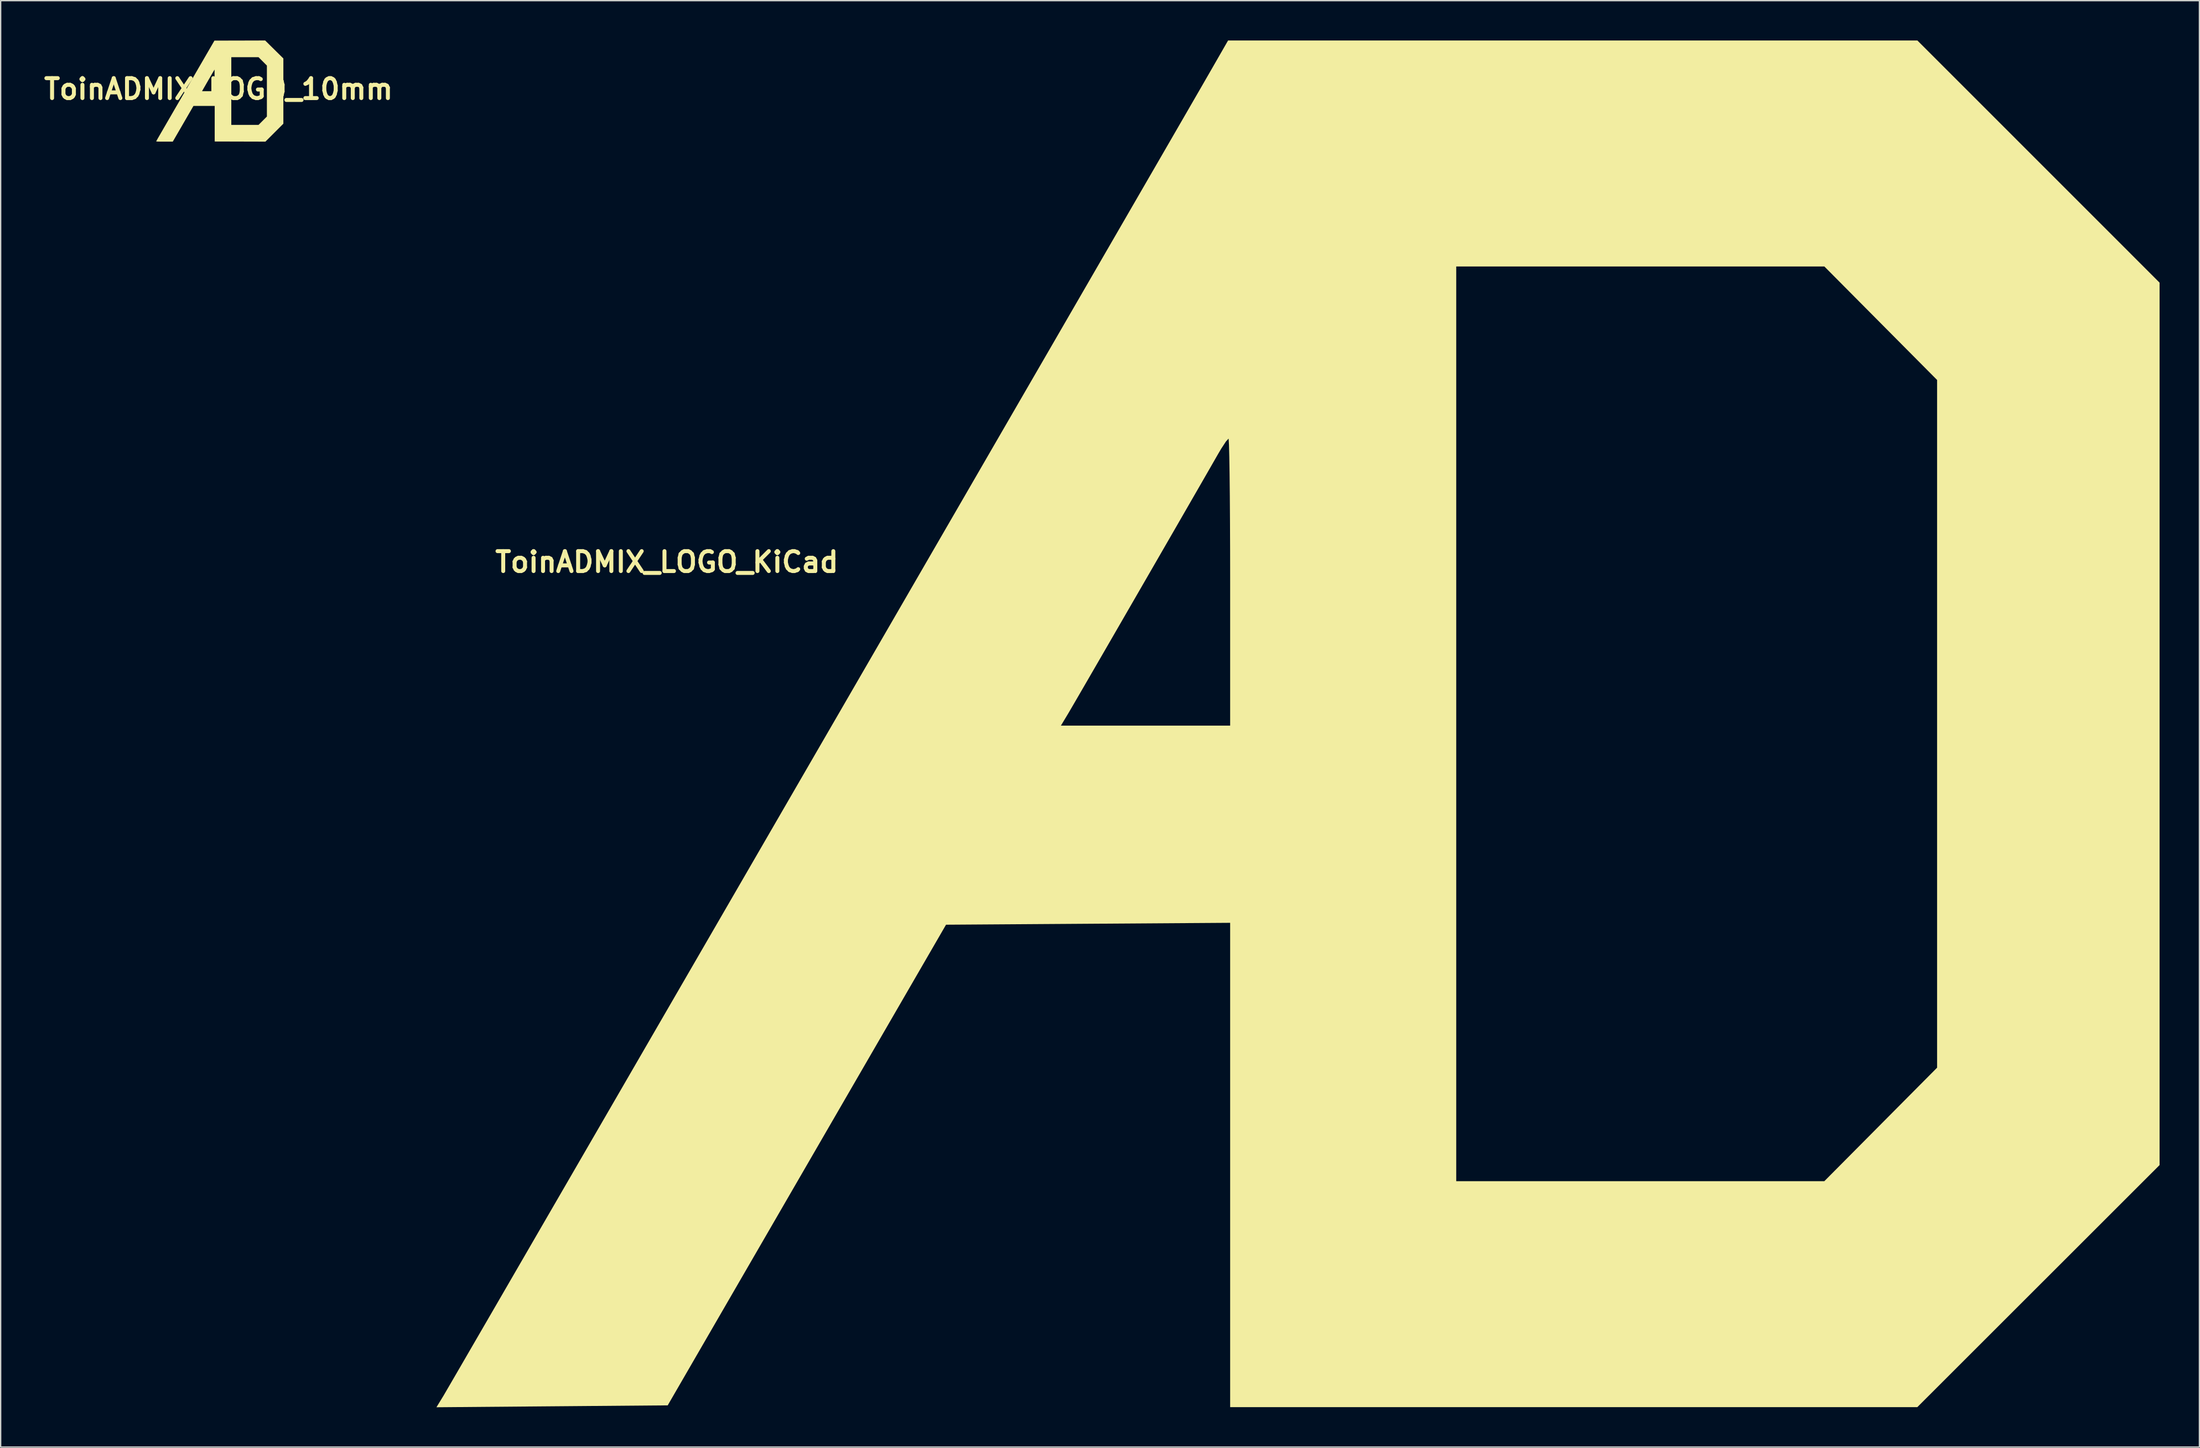
<source format=kicad_pcb>
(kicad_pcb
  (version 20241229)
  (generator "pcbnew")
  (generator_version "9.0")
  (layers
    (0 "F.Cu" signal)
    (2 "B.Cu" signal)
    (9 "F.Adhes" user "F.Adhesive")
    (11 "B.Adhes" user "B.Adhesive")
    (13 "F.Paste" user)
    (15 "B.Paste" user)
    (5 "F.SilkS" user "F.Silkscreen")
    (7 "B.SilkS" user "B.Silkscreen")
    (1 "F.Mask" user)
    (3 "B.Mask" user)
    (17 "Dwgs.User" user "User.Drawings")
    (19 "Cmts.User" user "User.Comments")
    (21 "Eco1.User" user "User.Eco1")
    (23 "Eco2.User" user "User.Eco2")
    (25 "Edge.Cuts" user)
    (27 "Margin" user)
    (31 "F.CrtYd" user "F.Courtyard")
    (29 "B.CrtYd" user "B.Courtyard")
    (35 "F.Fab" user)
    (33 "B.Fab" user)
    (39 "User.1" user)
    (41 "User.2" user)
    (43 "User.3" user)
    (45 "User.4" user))
  (footprint "ToinADMIX_LOGO_KiCad"
    (layer "F.Cu")
    (at 93.633 49.449)
    (property "Reference" "ToinADMIX_LOGO_KiCad" (at -46.47 -10.16 0) (layer "F.SilkS") (effects (font (size 1.5 1.5) (thickness 0.3))))
    (attr board_only exclude_from_pos_files exclude_from_bom)
    (fp_poly (pts (xy 56.814 -40.328) (xy 65.932 -31.207) (xy 65.932 2.03) (xy 65.932 35.266) (xy 56.811 44.384) (xy 47.69 53.502) (xy 21.818 53.502) (xy -4.053 53.502) (xy -4.053 35.26) (xy -4.053 17.017) (xy -14.75 17.088) (xy -25.447 17.159) (xy -35.926 35.263) (xy -46.405 53.367) (xy -55.112 53.438) (xy -63.819 53.51) (xy -63.281 52.628) (xy -63.107 52.329) (xy -62.677 51.59) (xy -62.006 50.435) (xy -61.112 48.892) (xy -60.007 46.987) (xy -58.709 44.746) (xy -57.232 42.196) (xy -55.592 39.364) (xy -53.803 36.276) (xy -51.881 32.957) (xy -49.842 29.436) (xy -47.701 25.737) (xy -45.473 21.889) (xy -43.173 17.916) (xy -40.817 13.846) (xy -38.42 9.705) (xy -35.997 5.519) (xy -34.054 2.162) (xy -16.797 2.162) (xy -10.425 2.162) (xy -4.053 2.162) (xy -4.053 -8.647) (xy -4.056 -11.004) (xy -4.065 -13.184) (xy -4.078 -15.13) (xy -4.096 -16.784) (xy -4.117 -18.088) (xy -4.141 -18.987) (xy -4.167 -19.423) (xy -4.177 -19.455) (xy -4.37 -19.242) (xy -4.725 -18.7) (xy -4.957 -18.307) (xy -5.494 -17.371) (xy -6.215 -16.116) (xy -7.087 -14.602) (xy -8.071 -12.893) (xy -9.134 -11.05) (xy -10.238 -9.136) (xy -11.349 -7.212) (xy -12.43 -5.34) (xy -13.445 -3.583) (xy -14.359 -2.003) (xy -15.136 -0.661) (xy -15.74 0.38) (xy -16.135 1.058) (xy -16.268 1.284) (xy -16.797 2.162) (xy -34.054 2.162) (xy -33.563 1.315) (xy -31.135 -2.881) (xy -28.727 -7.042) (xy -26.355 -11.142) (xy -24.033 -15.154) (xy -21.778 -19.052) (xy -19.604 -22.809) (xy -17.526 -26.399) (xy -15.561 -29.796) (xy -14.04 -32.426) (xy 12.97 -32.426) (xy 12.97 2.027) (xy 12.97 36.479) (xy 26.83 36.479) (xy 40.689 36.479) (xy 44.934 32.204) (xy 49.179 27.929) (xy 49.179 2.027) (xy 49.179 -23.876) (xy 44.934 -28.151) (xy 40.689 -32.426) (xy 26.83 -32.426) (xy 12.97 -32.426) (xy -14.04 -32.426) (xy -13.724 -32.973) (xy -12.029 -35.904) (xy -10.492 -38.562) (xy -9.128 -40.92) (xy -7.953 -42.953) (xy -6.982 -44.634) (xy -6.23 -45.936) (xy -5.713 -46.834) (xy -5.568 -47.085) (xy -4.21 -49.449) (xy 21.743 -49.449) (xy 47.696 -49.449)) (stroke (width 0) (type solid)) (fill yes) (layer "F.SilkS")))
  (footprint "ToinADMIX_LOGO_10mm"
    (layer "F.Cu")
    (at 13.407 3.659)
    (property "Reference" "ToinADMIX_LOGO_10mm" (at 0 0 0) (layer "F.SilkS") (effects (font (size 1.5 1.5) (thickness 0.3))))
    (attr board_only exclude_from_pos_files exclude_from_bom)
    (fp_poly (pts (xy 4.195 -2.982) (xy 4.88 -2.306) (xy 4.88 0.152) (xy 4.88 2.61) (xy 4.205 3.285) (xy 3.53 3.96) (xy 1.62 3.955) (xy -0.29 3.95) (xy -0.29 2.7) (xy 0.96 2.7) (xy 1.985 2.7) (xy 3.01 2.7) (xy 3.325 2.385) (xy 3.64 2.07) (xy 3.64 0.15) (xy 3.64 -1.77) (xy 3.325 -2.085) (xy 3.01 -2.4) (xy 1.985 -2.4) (xy 0.96 -2.4) (xy 0.96 0.15) (xy 0.96 2.7) (xy -0.29 2.7) (xy -0.29 2.61) (xy -0.29 1.27) (xy -1.089 1.27) (xy -1.889 1.27) (xy -2.667 2.615) (xy -3.446 3.96) (xy -4.075 3.96) (xy -4.252 3.96) (xy -4.392 3.959) (xy -4.5 3.958) (xy -4.58 3.956) (xy -4.635 3.952) (xy -4.67 3.948) (xy -4.688 3.942) (xy -4.693 3.934) (xy -4.693 3.929) (xy -4.68 3.905) (xy -4.65 3.851) (xy -4.604 3.77) (xy -4.546 3.668) (xy -4.478 3.549) (xy -4.401 3.417) (xy -4.348 3.324) (xy -4.285 3.216) (xy -4.227 3.117) (xy -4.174 3.024) (xy -4.123 2.936) (xy -4.072 2.848) (xy -4.02 2.759) (xy -3.966 2.665) (xy -3.907 2.563) (xy -3.841 2.45) (xy -3.768 2.324) (xy -3.686 2.182) (xy -3.592 2.02) (xy -3.486 1.836) (xy -3.365 1.627) (xy -3.228 1.39) (xy -3.072 1.122) (xy -3.025 1.04) (xy -2.857 0.75) (xy -2.684 0.451) (xy -2.516 0.16) (xy -1.241 0.16) (xy -0.771 0.16) (xy -0.3 0.16) (xy -0.301 -0.655) (xy -0.301 -1.47) (xy -0.361 -1.37) (xy -0.389 -1.323) (xy -0.433 -1.249) (xy -0.489 -1.152) (xy -0.556 -1.036) (xy -0.63 -0.908) (xy -0.71 -0.77) (xy -0.792 -0.628) (xy -0.874 -0.487) (xy -0.952 -0.35) (xy -1.025 -0.223) (xy -1.09 -0.11) (xy -1.144 -0.016) (xy -1.184 0.054) (xy -1.208 0.097) (xy -1.212 0.105) (xy -1.241 0.16) (xy -2.516 0.16) (xy -2.508 0.147) (xy -2.331 -0.16) (xy -2.153 -0.467) (xy -1.977 -0.772) (xy -1.803 -1.072) (xy -1.634 -1.364) (xy -1.471 -1.646) (xy -1.315 -1.915) (xy -1.168 -2.168) (xy -1.032 -2.403) (xy -0.908 -2.618) (xy -0.797 -2.809) (xy -0.701 -2.974) (xy -0.622 -3.111) (xy -0.561 -3.216) (xy -0.547 -3.24) (xy -0.309 -3.65) (xy 1.6 -3.654) (xy 3.51 -3.659)) (stroke (width 0) (type solid)) (fill yes) (layer "F.SilkS")))
  (gr_rect
    (start -3 -3)
    (end 162.565 105.959)
    (stroke (width 0.1) (type default))
    (fill no)
    (layer "Edge.Cuts")))
</source>
